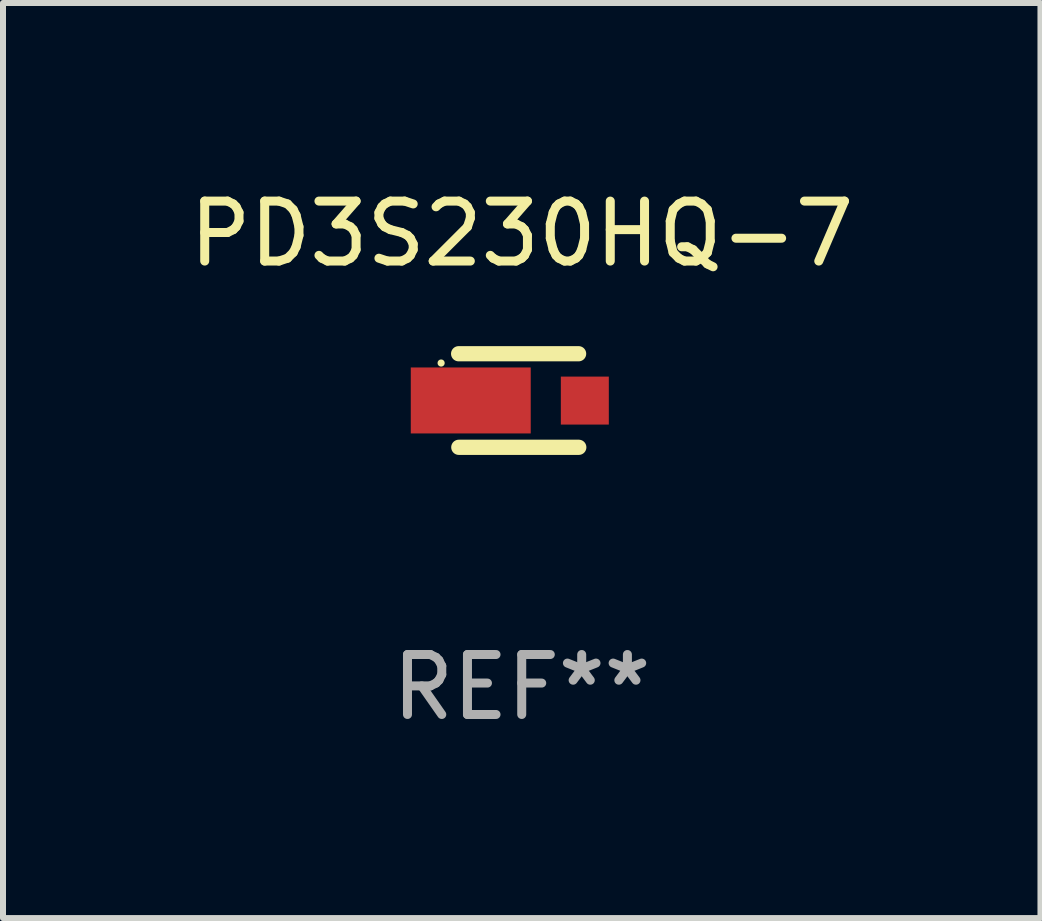
<source format=kicad_pcb>
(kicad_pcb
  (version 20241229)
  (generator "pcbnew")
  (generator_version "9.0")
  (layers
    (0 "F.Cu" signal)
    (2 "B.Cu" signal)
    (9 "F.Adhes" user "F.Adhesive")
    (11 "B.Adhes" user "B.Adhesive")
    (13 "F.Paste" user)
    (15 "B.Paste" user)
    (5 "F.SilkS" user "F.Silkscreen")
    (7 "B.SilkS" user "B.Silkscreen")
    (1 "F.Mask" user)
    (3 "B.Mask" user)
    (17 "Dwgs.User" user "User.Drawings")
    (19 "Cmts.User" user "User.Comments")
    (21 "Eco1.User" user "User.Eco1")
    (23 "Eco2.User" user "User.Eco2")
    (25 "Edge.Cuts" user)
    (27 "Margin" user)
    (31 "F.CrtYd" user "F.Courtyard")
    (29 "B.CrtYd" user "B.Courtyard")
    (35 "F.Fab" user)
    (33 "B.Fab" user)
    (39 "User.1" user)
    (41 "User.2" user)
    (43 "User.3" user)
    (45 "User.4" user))
  (footprint "PD3S230HQ-7"
    (layer "F.Cu")
    (at 5.649 3.628)
    (property "Reference" "PD3S230HQ-7" (at 0 -2.78 0) (layer "F.SilkS") (effects (font (size 1 1) (thickness 0.15))))
    (attr through_hole)
    (fp_line (start -1.049 0.78) (end 0.951 0.78) (stroke (width 0.254) (type solid)) (layer "F.SilkS"))
    (fp_line (start 0.948 -0.78) (end -1.052 -0.78) (stroke (width 0.254) (type solid)) (layer "F.SilkS"))
    (fp_circle (center -1.344 -0.625) (end -1.314 -0.625) (stroke (width 0.06) (type solid)) (fill no) (layer "F.SilkS"))
    (fp_text user "REF**" (at 0 4.78 0) (layer "F.Fab") (effects (font (size 1 1) (thickness 0.15))))
    (pad "1" smd rect (at -0.85 -0.001) (size 2 1.1) (layers "F.Cu" "F.Mask" "F.Paste"))
    (pad "2" smd rect (at 1.052 0.001) (size 0.8 0.8) (layers "F.Cu" "F.Mask" "F.Paste")))
  (gr_rect
    (start -3 -3)
    (end 14.298 12.257)
    (stroke (width 0.1) (type default))
    (fill no)
    (layer "Edge.Cuts")))
</source>
